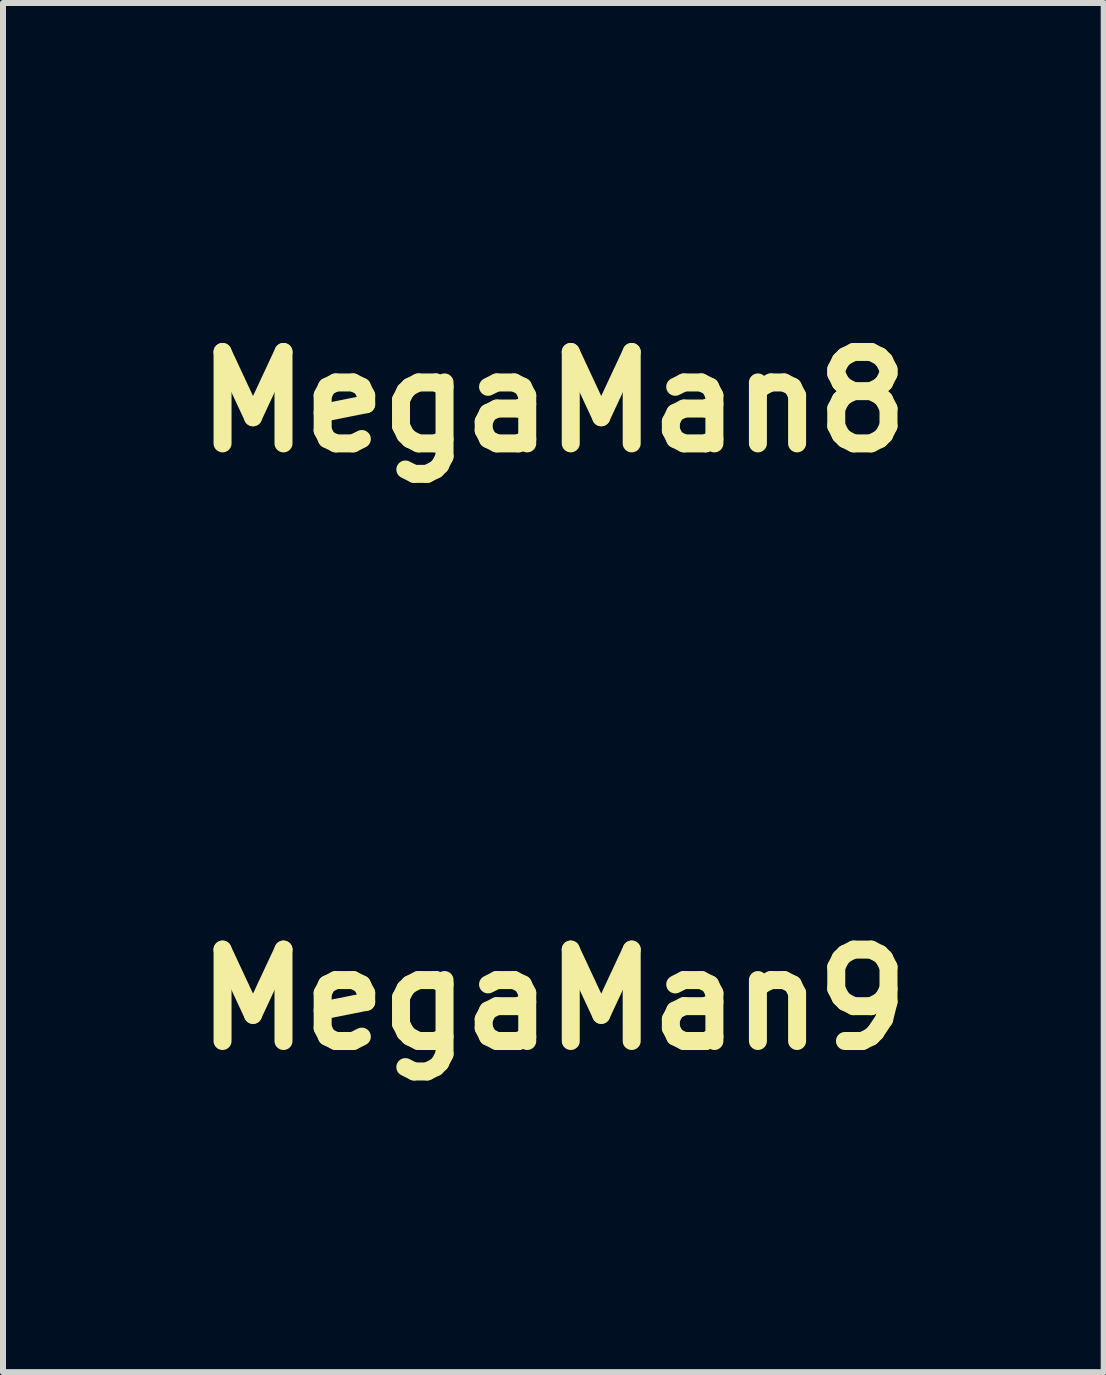
<source format=kicad_pcb>
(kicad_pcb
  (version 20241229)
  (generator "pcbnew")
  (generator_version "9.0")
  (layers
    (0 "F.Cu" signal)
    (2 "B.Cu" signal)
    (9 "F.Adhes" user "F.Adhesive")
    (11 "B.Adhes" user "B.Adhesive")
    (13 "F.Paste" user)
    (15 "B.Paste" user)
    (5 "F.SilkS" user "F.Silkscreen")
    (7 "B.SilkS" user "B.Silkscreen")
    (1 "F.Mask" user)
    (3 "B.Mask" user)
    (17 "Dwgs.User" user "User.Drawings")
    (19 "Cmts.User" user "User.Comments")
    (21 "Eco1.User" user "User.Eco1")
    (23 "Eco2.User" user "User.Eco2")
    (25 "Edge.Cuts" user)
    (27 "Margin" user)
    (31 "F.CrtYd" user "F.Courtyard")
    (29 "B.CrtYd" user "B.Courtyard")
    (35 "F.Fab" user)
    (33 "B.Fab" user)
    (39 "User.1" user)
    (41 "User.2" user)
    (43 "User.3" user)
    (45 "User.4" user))
  (footprint "MegaMan9"
    (layer "F.Cu")
    (at 6.176 13.617)
    (property "Reference" "MegaMan9" (at 0 0 0) (layer "F.SilkS") (effects (font (size 1.524 1.524) (thickness 0.3))))
    (attr board_only exclude_from_pos_files exclude_from_bom)
    (fp_poly (pts (xy 0.72 -1.32) (xy 0.075 -1.32) (xy 0.075 -1.98) (xy 0.72 -1.98)) (stroke (width 0) (type solid)) (fill yes) (layer "F.Mask"))
    (fp_poly (pts (xy 1.035 -3.781) (xy 1.035 -3.526) (xy 1.35 -3.526) (xy 1.35 -3.196) (xy 1.68 -3.196) (xy 1.68 -2.866) (xy 1.995 -2.866) (xy 1.995 -1.065) (xy 2.325 -1.065) (xy 2.325 -0.735) (xy 2.641 -0.735) (xy 2.641 -0.15) (xy 2.971 -0.15) (xy 2.971 1.11) (xy 2.641 1.11) (xy 2.641 1.395) (xy 1.68 1.395) (xy 1.68 1.71) (xy 1.995 1.71) (xy 1.995 2.055) (xy 2.325 2.055) (xy 2.325 2.31) (xy 2.971 2.31) (xy 2.971 2.641) (xy 3.286 2.641) (xy 3.286 3.211) (xy 0.39 3.211) (xy 0.39 2.31) (xy 0.075 2.31) (xy 0.075 2.055) (xy -0.27 2.055) (xy -0.27 2.31) (xy -0.585 2.31) (xy -0.585 3.211) (xy -3.481 3.211) (xy -3.481 2.641) (xy -3.166 2.641) (xy -3.166 2.31) (xy -2.505 2.31) (xy -2.505 2.056) (xy -2.352 2.052) (xy -2.198 2.048) (xy -2.194 1.879) (xy -2.189 1.71) (xy -1.875 1.71) (xy -1.875 1.395) (xy -2.836 1.395) (xy -2.836 1.11) (xy -1.875 1.11) (xy -1.875 1.395) (xy -1.56 1.395) (xy -1.545 1.395) (xy -1.545 1.725) (xy -1.23 1.725) (xy -1.23 2.055) (xy -0.9 2.055) (xy -0.9 2.31) (xy -0.585 2.31) (xy -0.585 2.04) (xy -0.27 2.04) (xy -0.27 1.71) (xy 0.075 1.71) (xy 0.075 2.04) (xy 0.39 2.04) (xy 0.39 2.31) (xy 0.705 2.31) (xy 0.705 2.055) (xy 1.35 2.055) (xy 1.35 1.395) (xy 0.39 1.395) (xy 0.39 1.71) (xy 0.075 1.71) (xy -0.27 1.71) (xy -0.9 1.71) (xy -0.9 1.395) (xy -1.545 1.395) (xy -1.56 1.395) (xy -1.56 1.11) (xy 1.35 1.11) (xy 1.35 1.395) (xy 1.68 1.395) (xy 1.68 1.11) (xy 1.35 1.11) (xy -1.56 1.11) (xy -1.875 1.11) (xy -2.836 1.11) (xy -3.166 1.11) (xy -3.166 -0.15) (xy -2.836 -0.15) (xy -2.836 -0.735) (xy -2.505 -0.735) (xy -2.19 -0.735) (xy -2.19 -0.405) (xy -1.875 -0.405) (xy -1.875 0.18) (xy -1.56 0.18) (xy -1.56 -0.15) (xy -1.215 -0.15) (xy -1.215 0.81) (xy 1.02 0.81) (xy 1.02 -0.15) (xy -0.585 -0.15) (xy -0.585 -0.405) (xy -0.9 -0.405) (xy -0.9 -0.735) (xy -1.23 -0.735) (xy -1.23 -1.065) (xy -1.875 -1.065) (xy -1.875 -0.735) (xy -2.19 -0.735) (xy -2.505 -0.735) (xy -2.505 -1.065) (xy -1.875 -1.065) (xy -1.875 -1.32) (xy -1.56 -1.32) (xy -1.56 -1.665) (xy -1.875 -1.665) (xy -1.875 -2.566) (xy -1.545 -2.566) (xy -1.545 -1.665) (xy -1.215 -1.665) (xy -1.215 -1.98) (xy -0.9 -1.98) (xy -0.9 -1.065) (xy -0.585 -1.065) (xy -0.585 -0.405) (xy 1.02 -0.405) (xy 1.035 -0.405) (xy 1.035 -0.15) (xy 1.35 -0.15) (xy 1.35 0.18) (xy 1.68 0.18) (xy 1.68 -0.405) (xy 2.01 -0.405) (xy 2.01 -0.735) (xy 1.35 -0.735) (xy 1.35 -0.405) (xy 1.035 -0.405) (xy 1.02 -0.405) (xy 1.02 -0.735) (xy -0.271 -0.735) (xy -0.267 -0.896) (xy -0.263 -1.058) (xy 0.386 -1.062) (xy 1.035 -1.066) (xy 1.035 -0.735) (xy 1.35 -0.735) (xy 1.35 -1.065) (xy 1.68 -1.065) (xy 1.68 -2.28) (xy 1.35 -2.28) (xy 1.35 -1.32) (xy 1.02 -1.32) (xy 1.02 -1.98) (xy 0.72 -1.98) (xy 0.72 -2.28) (xy -0.585 -2.28) (xy -0.585 -1.98) (xy -0.9 -1.98) (xy -1.215 -1.98) (xy -1.215 -2.566) (xy -1.545 -2.566) (xy -1.875 -2.566) (xy -1.875 -2.581) (xy -1.56 -2.581) (xy -1.56 -2.866) (xy 0.72 -2.866) (xy 0.72 -2.581) (xy 1.35 -2.581) (xy 1.35 -2.866) (xy 0.72 -2.866) (xy -1.56 -2.866) (xy -1.56 -3.196) (xy -1.215 -3.196) (xy -1.215 -3.526) (xy -0.9 -3.526) (xy -0.9 -3.781) (xy -0.27 -3.781) (xy 0.075 -3.781) (xy 0.075 -3.526) (xy 0.39 -3.526) (xy 0.39 -3.196) (xy 1.02 -3.196) (xy 1.02 -3.511) (xy 0.705 -3.511) (xy 0.705 -3.781) (xy 0.075 -3.781) (xy -0.27 -3.781) (xy -0.27 -4.111) (xy 0.705 -4.111) (xy 0.705 -3.781)) (stroke (width 0) (type solid)) (fill yes) (layer "F.Mask")))
  (footprint "MegaMan8"
    (layer "F.Cu")
    (at 6.176 3.653)
    (property "Reference" "MegaMan8" (at 0 0 0) (layer "F.SilkS") (effects (font (size 1.524 1.524) (thickness 0.3))))
    (attr board_only exclude_from_pos_files exclude_from_bom)
    (fp_poly (pts (xy 0.64 -1.173) (xy 0.067 -1.173) (xy 0.067 -1.76) (xy 0.64 -1.76)) (stroke (width 0) (type solid)) (fill yes) (layer "F.Mask"))
    (fp_poly (pts (xy 0.92 -3.36) (xy 0.92 -3.133) (xy 1.2 -3.133) (xy 1.2 -2.84) (xy 1.493 -2.84) (xy 1.493 -2.547) (xy 1.773 -2.547) (xy 1.773 -0.947) (xy 2.067 -0.947) (xy 2.067 -0.653) (xy 2.347 -0.653) (xy 2.347 -0.133) (xy 2.64 -0.133) (xy 2.64 0.987) (xy 2.347 0.987) (xy 2.347 1.24) (xy 1.493 1.24) (xy 1.493 1.52) (xy 1.773 1.52) (xy 1.773 1.827) (xy 2.067 1.827) (xy 2.067 2.053) (xy 2.64 2.053) (xy 2.64 2.347) (xy 2.92 2.347) (xy 2.92 2.853) (xy 0.347 2.853) (xy 0.347 2.053) (xy 0.067 2.053) (xy 0.067 1.827) (xy -0.24 1.827) (xy -0.24 2.053) (xy -0.52 2.053) (xy -0.52 2.853) (xy -3.093 2.853) (xy -3.093 2.347) (xy -2.813 2.347) (xy -2.813 2.053) (xy -2.227 2.053) (xy -2.227 1.828) (xy -2.09 1.824) (xy -1.953 1.82) (xy -1.946 1.52) (xy -1.667 1.52) (xy -1.667 1.24) (xy -2.52 1.24) (xy -2.52 0.987) (xy -1.667 0.987) (xy -1.667 1.24) (xy -1.387 1.24) (xy -1.373 1.24) (xy -1.373 1.533) (xy -1.093 1.533) (xy -1.093 1.827) (xy -0.8 1.827) (xy -0.8 2.053) (xy -0.52 2.053) (xy -0.52 1.813) (xy -0.24 1.813) (xy -0.24 1.52) (xy 0.067 1.52) (xy 0.067 1.813) (xy 0.347 1.813) (xy 0.347 2.053) (xy 0.627 2.053) (xy 0.627 1.827) (xy 1.2 1.827) (xy 1.2 1.24) (xy 0.347 1.24) (xy 0.347 1.52) (xy 0.067 1.52) (xy -0.24 1.52) (xy -0.8 1.52) (xy -0.8 1.24) (xy -1.373 1.24) (xy -1.387 1.24) (xy -1.387 0.987) (xy 1.2 0.987) (xy 1.2 1.24) (xy 1.493 1.24) (xy 1.493 0.987) (xy 1.2 0.987) (xy -1.387 0.987) (xy -1.667 0.987) (xy -2.52 0.987) (xy -2.813 0.987) (xy -2.813 -0.133) (xy -2.52 -0.133) (xy -2.52 -0.653) (xy -2.227 -0.653) (xy -1.947 -0.653) (xy -1.947 -0.36) (xy -1.667 -0.36) (xy -1.667 0.16) (xy -1.387 0.16) (xy -1.387 -0.133) (xy -1.08 -0.133) (xy -1.08 0.72) (xy 0.907 0.72) (xy 0.907 -0.133) (xy -0.52 -0.133) (xy -0.52 -0.36) (xy -0.8 -0.36) (xy -0.8 -0.653) (xy -1.093 -0.653) (xy -1.093 -0.947) (xy -1.667 -0.947) (xy -1.667 -0.653) (xy -1.947 -0.653) (xy -2.227 -0.653) (xy -2.227 -0.947) (xy -1.667 -0.947) (xy -1.667 -1.173) (xy -1.387 -1.173) (xy -1.387 -1.48) (xy -1.667 -1.48) (xy -1.667 -2.28) (xy -1.373 -2.28) (xy -1.373 -1.48) (xy -1.08 -1.48) (xy -1.08 -1.76) (xy -0.8 -1.76) (xy -0.8 -0.947) (xy -0.52 -0.947) (xy -0.52 -0.36) (xy 0.907 -0.36) (xy 0.92 -0.36) (xy 0.92 -0.133) (xy 1.2 -0.133) (xy 1.2 0.16) (xy 1.493 0.16) (xy 1.493 -0.36) (xy 1.787 -0.36) (xy 1.787 -0.653) (xy 1.2 -0.653) (xy 1.2 -0.36) (xy 0.92 -0.36) (xy 0.907 -0.36) (xy 0.907 -0.653) (xy -0.241 -0.653) (xy -0.237 -0.797) (xy -0.233 -0.94) (xy 0.92 -0.947) (xy 0.92 -0.653) (xy 1.2 -0.653) (xy 1.2 -0.947) (xy 1.493 -0.947) (xy 1.493 -2.027) (xy 1.2 -2.027) (xy 1.2 -1.173) (xy 0.907 -1.173) (xy 0.907 -1.76) (xy 0.64 -1.76) (xy 0.64 -2.027) (xy -0.52 -2.027) (xy -0.52 -1.76) (xy -0.8 -1.76) (xy -1.08 -1.76) (xy -1.08 -2.28) (xy -1.373 -2.28) (xy -1.667 -2.28) (xy -1.667 -2.293) (xy -1.387 -2.293) (xy -1.387 -2.547) (xy 0.64 -2.547) (xy 0.64 -2.293) (xy 1.2 -2.293) (xy 1.2 -2.547) (xy 0.64 -2.547) (xy -1.387 -2.547) (xy -1.387 -2.84) (xy -1.08 -2.84) (xy -1.08 -3.133) (xy -0.8 -3.133) (xy -0.8 -3.36) (xy -0.24 -3.36) (xy 0.067 -3.36) (xy 0.067 -3.133) (xy 0.347 -3.133) (xy 0.347 -2.84) (xy 0.907 -2.84) (xy 0.907 -3.12) (xy 0.627 -3.12) (xy 0.627 -3.36) (xy 0.067 -3.36) (xy -0.24 -3.36) (xy -0.24 -3.653) (xy 0.627 -3.653) (xy 0.627 -3.36)) (stroke (width 0) (type solid)) (fill yes) (layer "F.Mask")))
  (gr_rect
    (start -3 -3)
    (end 15.352 19.828)
    (stroke (width 0.1) (type default))
    (fill no)
    (layer "Edge.Cuts")))
</source>
